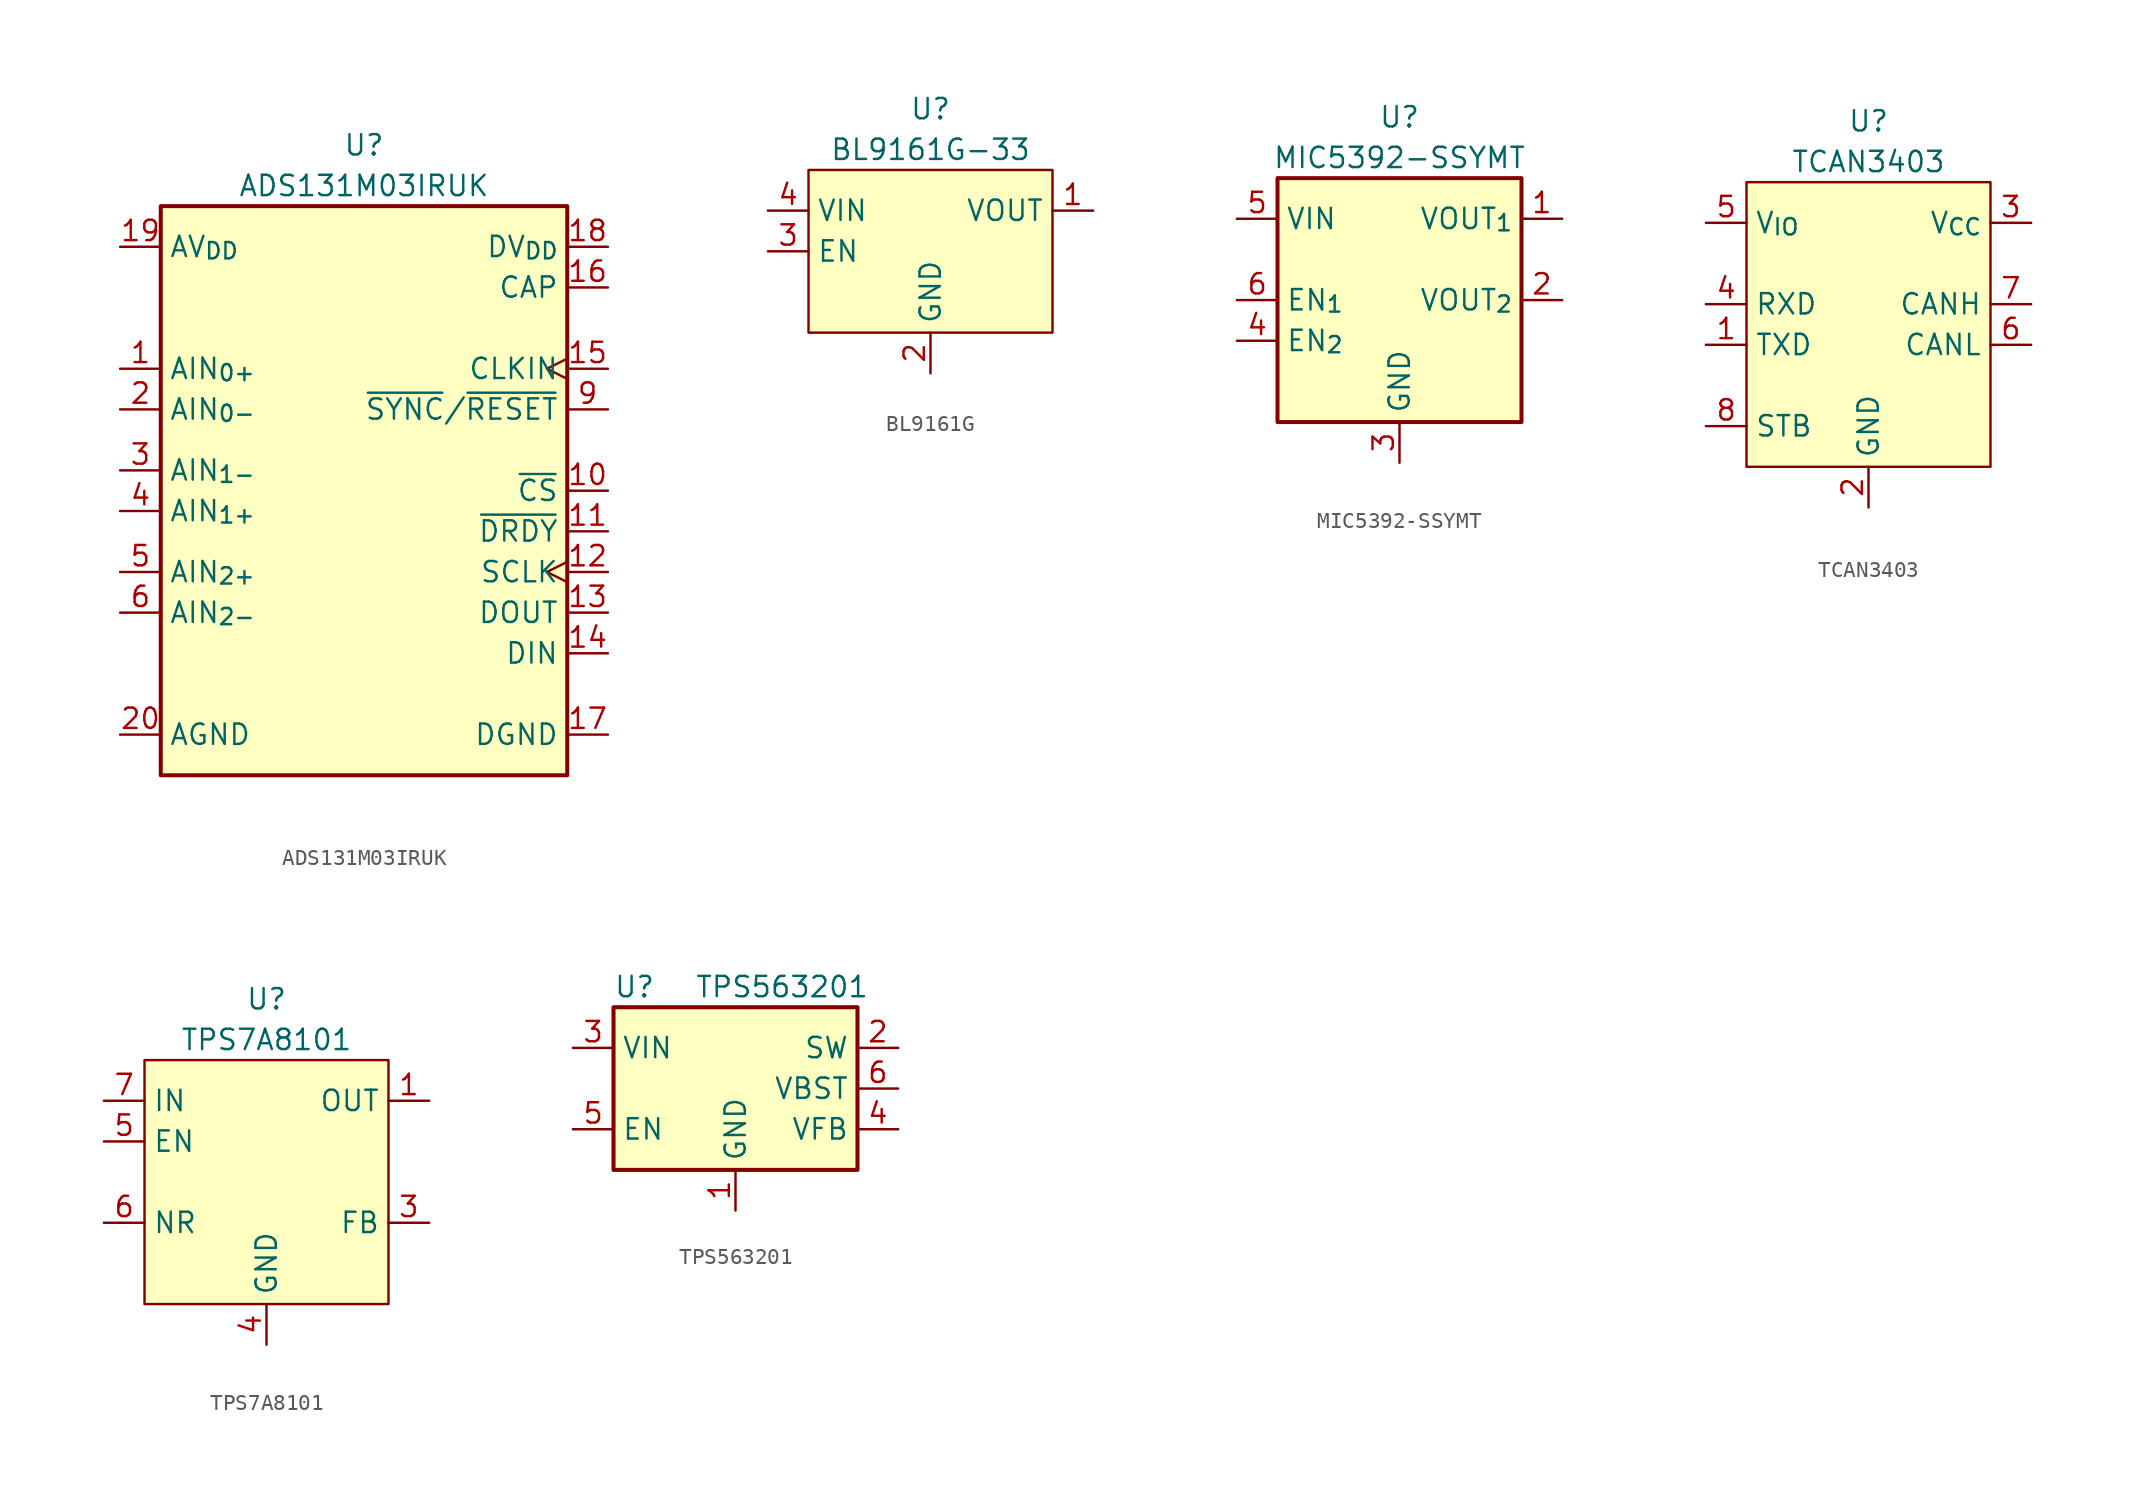
<source format=kicad_sym>
(kicad_symbol_lib
  (version 20241209)
  (generator "kicad_symbol_editor")
  (generator_version "9.0")
  (symbol "ADS131M03IRUK"
    (property "Reference" "U"
      (at 0 21.59 0)
      (effects (font (size 1.27 1.27))))
    (property "Value" "ADS131M03IRUK"
      (at 0 19.05 0)
      (effects (font (size 1.27 1.27))))
    (symbol "ADS131M03IRUK_1_1"
      (rectangle (start -12.7 17.78) (end 12.7 -17.78) (stroke (width 0.25) (type default)) (fill (type background)))
      (pin power_in line (at -15.24 15.24 0) (length 2.54) (name "AV_{DD}" (effects (font (size 1.27 1.27)))) (number "19" (effects (font (size 1.27 1.27)))))
      (pin input line (at -15.24 7.62 0) (length 2.54) (name "AIN_{0+}" (effects (font (size 1.27 1.27)))) (number "1" (effects (font (size 1.27 1.27)))))
      (pin input line (at -15.24 5.08 0) (length 2.54) (name "AIN_{0-}" (effects (font (size 1.27 1.27)))) (number "2" (effects (font (size 1.27 1.27)))))
      (pin input line (at -15.24 1.27 0) (length 2.54) (name "AIN_{1-}" (effects (font (size 1.27 1.27)))) (number "3" (effects (font (size 1.27 1.27)))))
      (pin input line (at -15.24 -1.27 0) (length 2.54) (name "AIN_{1+}" (effects (font (size 1.27 1.27)))) (number "4" (effects (font (size 1.27 1.27)))))
      (pin input line (at -15.24 -5.08 0) (length 2.54) (name "AIN_{2+}" (effects (font (size 1.27 1.27)))) (number "5" (effects (font (size 1.27 1.27)))))
      (pin input line (at -15.24 -7.62 0) (length 2.54) (name "AIN_{2-}" (effects (font (size 1.27 1.27)))) (number "6" (effects (font (size 1.27 1.27)))))
      (pin power_in line (at -15.24 -15.24 0) (length 2.54) (name "AGND" (effects (font (size 1.27 1.27)))) (number "20" (effects (font (size 1.27 1.27)))))
      (pin power_in line (at -15.24 -15.24 0) (length 2.54) (hide yes) (name "AGND" (effects (font (size 1.27 1.27)))) (number "21" (effects (font (size 1.27 1.27)))))
      (pin no_connect line (at 0 3.81 90) (length 2.54) (hide yes) (name "NC" (effects (font (size 1.27 1.27)))) (number "7" (effects (font (size 1.27 1.27)))))
      (pin no_connect line (at 0 0 90) (length 2.54) (hide yes) (name "NC" (effects (font (size 1.27 1.27)))) (number "8" (effects (font (size 1.27 1.27)))))
      (pin power_in line (at 15.24 15.24 180) (length 2.54) (name "DV_{DD}" (effects (font (size 1.27 1.27)))) (number "18" (effects (font (size 1.27 1.27)))))
      (pin power_out line (at 15.24 12.7 180) (length 2.54) (name "CAP" (effects (font (size 1.27 1.27)))) (number "16" (effects (font (size 1.27 1.27)))))
      (pin input clock (at 15.24 7.62 180) (length 2.54) (name "CLKIN" (effects (font (size 1.27 1.27)))) (number "15" (effects (font (size 1.27 1.27)))))
      (pin input line (at 15.24 5.08 180) (length 2.54) (name "~{SYNC}/~{RESET}" (effects (font (size 1.27 1.27)))) (number "9" (effects (font (size 1.27 1.27)))))
      (pin input line (at 15.24 0 180) (length 2.54) (name "~{CS}" (effects (font (size 1.27 1.27)))) (number "10" (effects (font (size 1.27 1.27)))))
      (pin output line (at 15.24 -2.54 180) (length 2.54) (name "~{DRDY}" (effects (font (size 1.27 1.27)))) (number "11" (effects (font (size 1.27 1.27)))))
      (pin input clock (at 15.24 -5.08 180) (length 2.54) (name "SCLK" (effects (font (size 1.27 1.27)))) (number "12" (effects (font (size 1.27 1.27)))))
      (pin output line (at 15.24 -7.62 180) (length 2.54) (name "DOUT" (effects (font (size 1.27 1.27)))) (number "13" (effects (font (size 1.27 1.27)))))
      (pin input line (at 15.24 -10.16 180) (length 2.54) (name "DIN" (effects (font (size 1.27 1.27)))) (number "14" (effects (font (size 1.27 1.27)))))
      (pin power_in line (at 15.24 -15.24 180) (length 2.54) (name "DGND" (effects (font (size 1.27 1.27)))) (number "17" (effects (font (size 1.27 1.27)))))))
  (symbol "BL9161G"
    (property "Reference" "U"
      (at 0 8.89 0)
      (effects (font (size 1.27 1.27))))
    (property "Value" "BL9161G-33"
      (at 0 6.35 0)
      (effects (font (size 1.27 1.27))))
    (symbol "BL9161G_0_0"
      (pin power_in line (at -10.16 2.54 0) (length 2.54) (name "VIN" (effects (font (size 1.27 1.27)))) (number "4" (effects (font (size 1.27 1.27)))))
      (pin input line (at -10.16 0 0) (length 2.54) (name "EN" (effects (font (size 1.27 1.27)))) (number "3" (effects (font (size 1.27 1.27)))))
      (pin power_in line (at 0 -7.62 90) (length 2.54) (name "GND" (effects (font (size 1.27 1.27)))) (number "2" (effects (font (size 1.27 1.27)))))
      (pin free line (at 0 -7.62 90) (length 2.54) (hide yes) (name "GND" (effects (font (size 1.27 1.27)))) (number "5" (effects (font (size 1.27 1.27)))))
      (pin power_out line (at 10.16 2.54 180) (length 2.54) (name "VOUT" (effects (font (size 1.27 1.27)))) (number "1" (effects (font (size 1.27 1.27))))))
    (symbol "BL9161G_0_1"
      (rectangle (start -7.62 5.08) (end 7.62 -5.08) (stroke (width 0) (type default)) (fill (type background)))))
  (symbol "MIC5392-SSYMT"
    (property "Reference" "U"
      (at 0 11.43 0)
      (effects (font (size 1.27 1.27))))
    (property "Value" "MIC5392-SSYMT"
      (at 0 8.89 0)
      (effects (font (size 1.27 1.27))))
    (symbol "MIC5392-SSYMT_0_0"
      (pin power_in line (at -10.16 5.08 0) (length 2.54) (name "VIN" (effects (font (size 1.27 1.27)))) (number "5" (effects (font (size 1.27 1.27)))))
      (pin input line (at -10.16 0 0) (length 2.54) (name "EN_{1}" (effects (font (size 1.27 1.27)))) (number "6" (effects (font (size 1.27 1.27)))))
      (pin input line (at -10.16 -2.54 0) (length 2.54) (name "EN_{2}" (effects (font (size 1.27 1.27)))) (number "4" (effects (font (size 1.27 1.27)))))
      (pin power_in line (at 0 -10.16 90) (length 2.54) (name "GND" (effects (font (size 1.27 1.27)))) (number "3" (effects (font (size 1.27 1.27)))))
      (pin power_out line (at 10.16 5.08 180) (length 2.54) (name "VOUT_{1}" (effects (font (size 1.27 1.27)))) (number "1" (effects (font (size 1.27 1.27)))))
      (pin power_out line (at 10.16 0 180) (length 2.54) (name "VOUT_{2}" (effects (font (size 1.27 1.27)))) (number "2" (effects (font (size 1.27 1.27))))))
    (symbol "MIC5392-SSYMT_1_0"
      (pin power_in line (at 0 -10.16 90) (length 2.54) (hide yes) (name "GND" (effects (font (size 1.27 1.27)))) (number "7" (effects (font (size 1.27 1.27))))))
    (symbol "MIC5392-SSYMT_1_1"
      (rectangle (start -7.62 7.62) (end 7.62 -7.62) (stroke (width 0.25) (type default)) (fill (type background)))))
  (symbol "TCAN3403"
    (property "Reference" "U"
      (at 0 12.7 0)
      (effects (font (size 1.27 1.27))))
    (property "Value" "TCAN3403"
      (at 0 10.16 0)
      (effects (font (size 1.27 1.27))))
    (symbol "TCAN3403_0_0"
      (pin power_in line (at -10.16 6.35 0) (length 2.54) (name "V_{IO}" (effects (font (size 1.27 1.27)))) (number "5" (effects (font (size 1.27 1.27)))))
      (pin output line (at -10.16 1.27 0) (length 2.54) (name "RXD" (effects (font (size 1.27 1.27)))) (number "4" (effects (font (size 1.27 1.27)))))
      (pin input line (at -10.16 -1.27 0) (length 2.54) (name "TXD" (effects (font (size 1.27 1.27)))) (number "1" (effects (font (size 1.27 1.27)))))
      (pin input line (at -10.16 -6.35 0) (length 2.54) (name "STB" (effects (font (size 1.27 1.27)))) (number "8" (effects (font (size 1.27 1.27)))))
      (pin power_in line (at 0 -11.43 90) (length 2.54) (name "GND" (effects (font (size 1.27 1.27)))) (number "2" (effects (font (size 1.27 1.27)))))
      (pin power_in line (at 10.16 6.35 180) (length 2.54) (name "V_{CC}" (effects (font (size 1.27 1.27)))) (number "3" (effects (font (size 1.27 1.27)))))
      (pin bidirectional line (at 10.16 1.27 180) (length 2.54) (name "CANH" (effects (font (size 1.27 1.27)))) (number "7" (effects (font (size 1.27 1.27)))))
      (pin bidirectional line (at 10.16 -1.27 180) (length 2.54) (name "CANL" (effects (font (size 1.27 1.27)))) (number "6" (effects (font (size 1.27 1.27))))))
    (symbol "TCAN3403_1_1"
      (rectangle (start -7.62 8.89) (end 7.62 -8.89) (stroke (width 0) (type solid)) (fill (type background)))))
  (symbol "TPS7A8101"
    (property "Reference" "U"
      (at 0 11.43 0)
      (effects (font (size 1.27 1.27))))
    (property "Value" "TPS7A8101"
      (at 0 8.89 0)
      (effects (font (size 1.27 1.27))))
    (symbol "TPS7A8101_0_0"
      (pin power_in line (at -10.16 5.08 0) (length 2.54) (name "IN" (effects (font (size 1.27 1.27)))) (number "7" (effects (font (size 1.27 1.27)))))
      (pin power_in line (at -10.16 5.08 0) (length 2.54) (hide yes) (name "IN" (effects (font (size 1.27 1.27)))) (number "8" (effects (font (size 1.27 1.27)))))
      (pin input line (at -10.16 2.54 0) (length 2.54) (name "EN" (effects (font (size 1.27 1.27)))) (number "5" (effects (font (size 1.27 1.27)))))
      (pin passive line (at -10.16 -2.54 0) (length 2.54) (name "NR" (effects (font (size 1.27 1.27)))) (number "6" (effects (font (size 1.27 1.27)))))
      (pin power_in line (at 0 -10.16 90) (length 2.54) (name "GND" (effects (font (size 1.27 1.27)))) (number "4" (effects (font (size 1.27 1.27)))))
      (pin power_in line (at 0 -10.16 90) (length 2.54) (hide yes) (name "GND" (effects (font (size 1.27 1.27)))) (number "9" (effects (font (size 1.27 1.27)))))
      (pin power_out line (at 10.16 5.08 180) (length 2.54) (name "OUT" (effects (font (size 1.27 1.27)))) (number "1" (effects (font (size 1.27 1.27)))))
      (pin power_out line (at 10.16 5.08 180) (length 2.54) (hide yes) (name "OUT" (effects (font (size 1.27 1.27)))) (number "2" (effects (font (size 1.27 1.27)))))
      (pin input line (at 10.16 -2.54 180) (length 2.54) (name "FB" (effects (font (size 1.27 1.27)))) (number "3" (effects (font (size 1.27 1.27))))))
    (symbol "TPS7A8101_0_1"
      (rectangle (start -7.62 7.62) (end 7.62 -7.62) (stroke (width 0) (type default)) (fill (type background)))))
  (symbol "TPS563201"
    (property "Reference" "U"
      (at -7.62 6.35 0)
      (effects (font (size 1.27 1.27)) (justify left)))
    (property "Value" "TPS563201"
      (at -2.54 6.35 0)
      (effects (font (size 1.27 1.27)) (justify left)))
    (symbol "TPS563201_0_1"
      (rectangle (start -7.62 5.08) (end 7.62 -5.08) (stroke (width 0.254) (type default)) (fill (type background))))
    (symbol "TPS563201_1_1"
      (pin power_in line (at -10.16 2.54 0) (length 2.54) (name "VIN" (effects (font (size 1.27 1.27)))) (number "3" (effects (font (size 1.27 1.27)))))
      (pin input line (at -10.16 -2.54 0) (length 2.54) (name "EN" (effects (font (size 1.27 1.27)))) (number "5" (effects (font (size 1.27 1.27)))))
      (pin power_in line (at 0 -7.62 90) (length 2.54) (name "GND" (effects (font (size 1.27 1.27)))) (number "1" (effects (font (size 1.27 1.27)))))
      (pin output line (at 10.16 2.54 180) (length 2.54) (name "SW" (effects (font (size 1.27 1.27)))) (number "2" (effects (font (size 1.27 1.27)))))
      (pin passive line (at 10.16 0 180) (length 2.54) (name "VBST" (effects (font (size 1.27 1.27)))) (number "6" (effects (font (size 1.27 1.27)))))
      (pin input line (at 10.16 -2.54 180) (length 2.54) (name "VFB" (effects (font (size 1.27 1.27)))) (number "4" (effects (font (size 1.27 1.27))))))))
</source>
